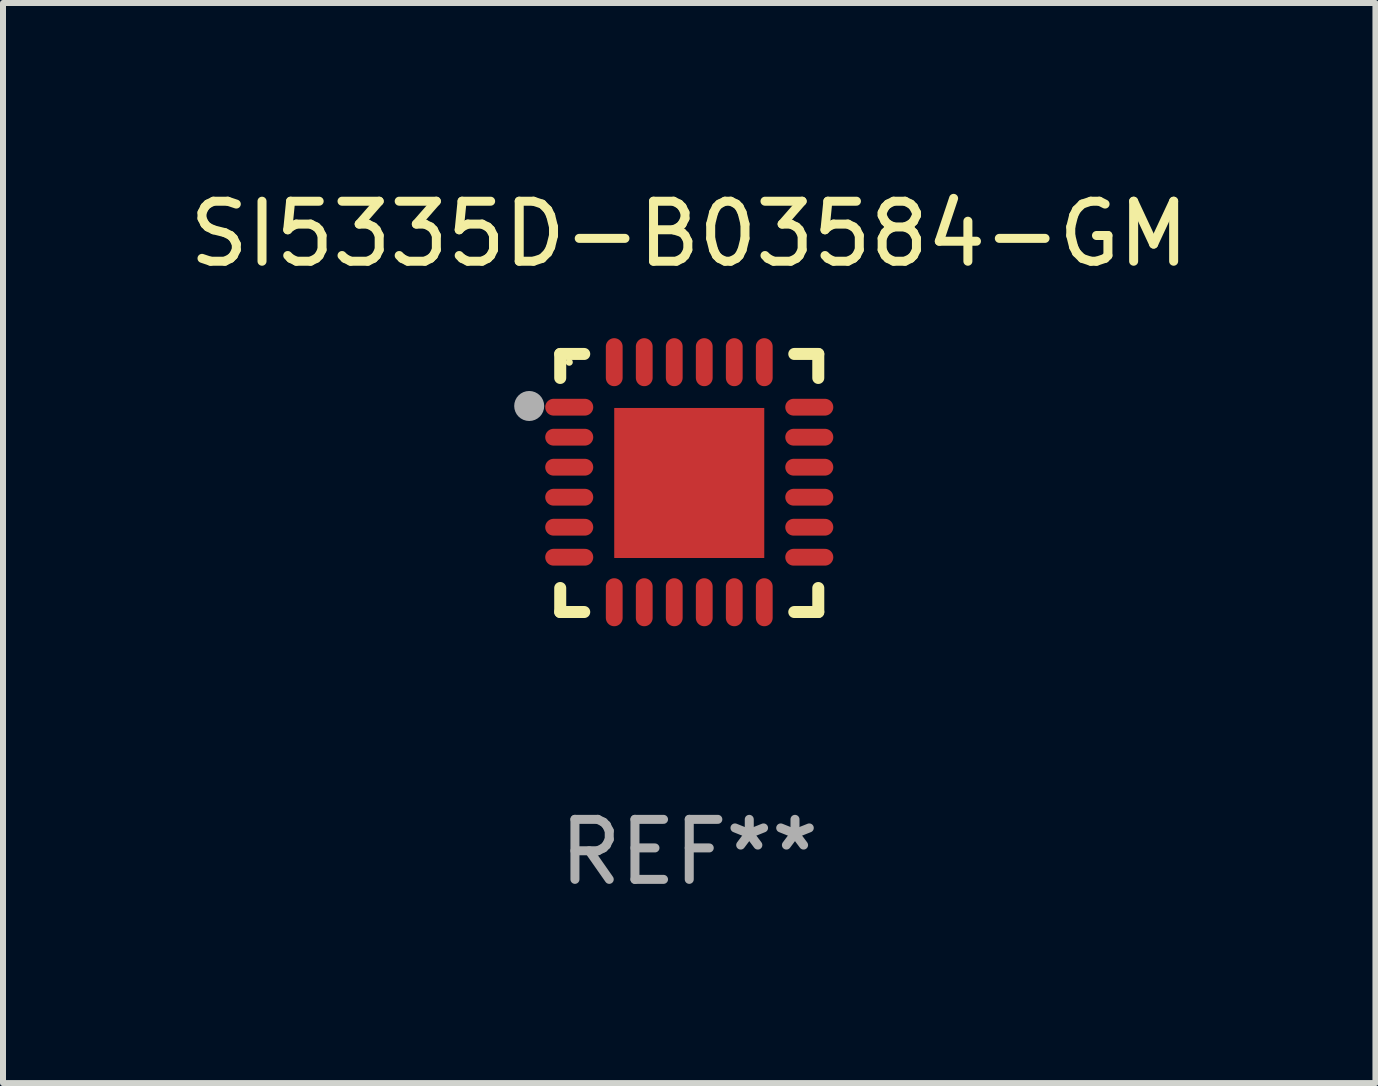
<source format=kicad_pcb>
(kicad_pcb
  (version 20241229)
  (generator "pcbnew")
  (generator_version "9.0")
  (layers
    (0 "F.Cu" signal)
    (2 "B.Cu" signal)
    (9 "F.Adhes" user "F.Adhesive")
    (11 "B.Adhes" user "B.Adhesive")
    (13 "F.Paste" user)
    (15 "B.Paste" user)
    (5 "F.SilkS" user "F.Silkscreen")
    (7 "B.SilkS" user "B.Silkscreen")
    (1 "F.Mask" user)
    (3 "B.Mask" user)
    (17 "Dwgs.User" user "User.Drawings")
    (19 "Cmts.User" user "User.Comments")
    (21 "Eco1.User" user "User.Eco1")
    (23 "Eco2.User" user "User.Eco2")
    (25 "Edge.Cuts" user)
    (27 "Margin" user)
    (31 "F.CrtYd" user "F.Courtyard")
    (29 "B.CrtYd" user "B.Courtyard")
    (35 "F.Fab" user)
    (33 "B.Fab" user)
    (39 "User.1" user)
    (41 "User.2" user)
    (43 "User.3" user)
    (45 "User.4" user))
  (footprint "SI5335D-B03584-GM"
    (layer "F.Cu")
    (at 8.435 4.998)
    (property "Reference" "SI5335D-B03584-GM" (at 0 -4.15 0) (layer "F.SilkS") (effects (font (size 1 1) (thickness 0.15))))
    (attr through_hole)
    (fp_line (start -2.15 -2.15) (end -1.75 -2.15) (stroke (width 0.2) (type solid)) (layer "F.SilkS"))
    (fp_line (start -2.15 -1.75) (end -2.15 -2.15) (stroke (width 0.2) (type solid)) (layer "F.SilkS"))
    (fp_line (start -2.15 2.15) (end -2.15 1.75) (stroke (width 0.2) (type solid)) (layer "F.SilkS"))
    (fp_line (start -1.75 2.15) (end -2.15 2.15) (stroke (width 0.2) (type solid)) (layer "F.SilkS"))
    (fp_line (start 1.75 -2.15) (end 2.15 -2.15) (stroke (width 0.2) (type solid)) (layer "F.SilkS"))
    (fp_line (start 1.75 2.15) (end 2.15 2.15) (stroke (width 0.2) (type solid)) (layer "F.SilkS"))
    (fp_line (start 2.15 -2.15) (end 2.15 -1.75) (stroke (width 0.2) (type solid)) (layer "F.SilkS"))
    (fp_line (start 2.15 2.15) (end 2.15 1.75) (stroke (width 0.2) (type solid)) (layer "F.SilkS"))
    (fp_circle (center -2 -2.013) (end -1.97 -2.013) (stroke (width 0.06) (type solid)) (fill no) (layer "F.SilkS"))
    (fp_circle (center -2.667 -1.283) (end -2.542 -1.283) (stroke (width 0.25) (type solid)) (fill no) (layer "F.Fab"))
    (fp_text user "REF**" (at 0 6.15 0) (layer "F.Fab") (effects (font (size 1 1) (thickness 0.15))))
    (pad "1" smd oval (at -2 -1.263) (size 0.8 0.28) (layers "F.Cu" "F.Mask" "F.Paste"))
    (pad "2" smd oval (at -2 -0.763) (size 0.8 0.28) (layers "F.Cu" "F.Mask" "F.Paste"))
    (pad "3" smd oval (at -2 -0.263) (size 0.8 0.28) (layers "F.Cu" "F.Mask" "F.Paste"))
    (pad "4" smd oval (at -2 0.237) (size 0.8 0.28) (layers "F.Cu" "F.Mask" "F.Paste"))
    (pad "5" smd oval (at -2 0.737) (size 0.8 0.28) (layers "F.Cu" "F.Mask" "F.Paste"))
    (pad "6" smd oval (at -2 1.237) (size 0.8 0.28) (layers "F.Cu" "F.Mask" "F.Paste"))
    (pad "7" smd oval (at -1.25 1.987) (size 0.28 0.8) (layers "F.Cu" "F.Mask" "F.Paste"))
    (pad "8" smd oval (at -0.75 1.987) (size 0.28 0.8) (layers "F.Cu" "F.Mask" "F.Paste"))
    (pad "9" smd oval (at -0.25 1.987) (size 0.28 0.8) (layers "F.Cu" "F.Mask" "F.Paste"))
    (pad "10" smd oval (at 0.25 1.987) (size 0.28 0.8) (layers "F.Cu" "F.Mask" "F.Paste"))
    (pad "11" smd oval (at 0.75 1.987) (size 0.28 0.8) (layers "F.Cu" "F.Mask" "F.Paste"))
    (pad "12" smd oval (at 1.25 1.987) (size 0.28 0.8) (layers "F.Cu" "F.Mask" "F.Paste"))
    (pad "13" smd oval (at 2 1.237) (size 0.8 0.28) (layers "F.Cu" "F.Mask" "F.Paste"))
    (pad "14" smd oval (at 2 0.737) (size 0.8 0.28) (layers "F.Cu" "F.Mask" "F.Paste"))
    (pad "15" smd oval (at 2 0.237) (size 0.8 0.28) (layers "F.Cu" "F.Mask" "F.Paste"))
    (pad "16" smd oval (at 2 -0.263) (size 0.8 0.28) (layers "F.Cu" "F.Mask" "F.Paste"))
    (pad "17" smd oval (at 2 -0.763) (size 0.8 0.28) (layers "F.Cu" "F.Mask" "F.Paste"))
    (pad "18" smd oval (at 2 -1.263) (size 0.8 0.28) (layers "F.Cu" "F.Mask" "F.Paste"))
    (pad "19" smd oval (at 1.25 -2.013) (size 0.28 0.8) (layers "F.Cu" "F.Mask" "F.Paste"))
    (pad "20" smd oval (at 0.75 -2.013) (size 0.28 0.8) (layers "F.Cu" "F.Mask" "F.Paste"))
    (pad "21" smd oval (at 0.25 -2.013) (size 0.28 0.8) (layers "F.Cu" "F.Mask" "F.Paste"))
    (pad "22" smd oval (at -0.25 -2.013) (size 0.28 0.8) (layers "F.Cu" "F.Mask" "F.Paste"))
    (pad "23" smd oval (at -0.75 -2.013) (size 0.28 0.8) (layers "F.Cu" "F.Mask" "F.Paste"))
    (pad "24" smd oval (at -1.25 -2.013) (size 0.28 0.8) (layers "F.Cu" "F.Mask" "F.Paste"))
    (pad "25" smd rect (at -0.000127 -0.00014) (size 2.5 2.5) (layers "F.Cu" "F.Mask" "F.Paste")))
  (gr_rect
    (start -3 -3)
    (end 19.869 14.997)
    (stroke (width 0.1) (type default))
    (fill no)
    (layer "Edge.Cuts")))
</source>
